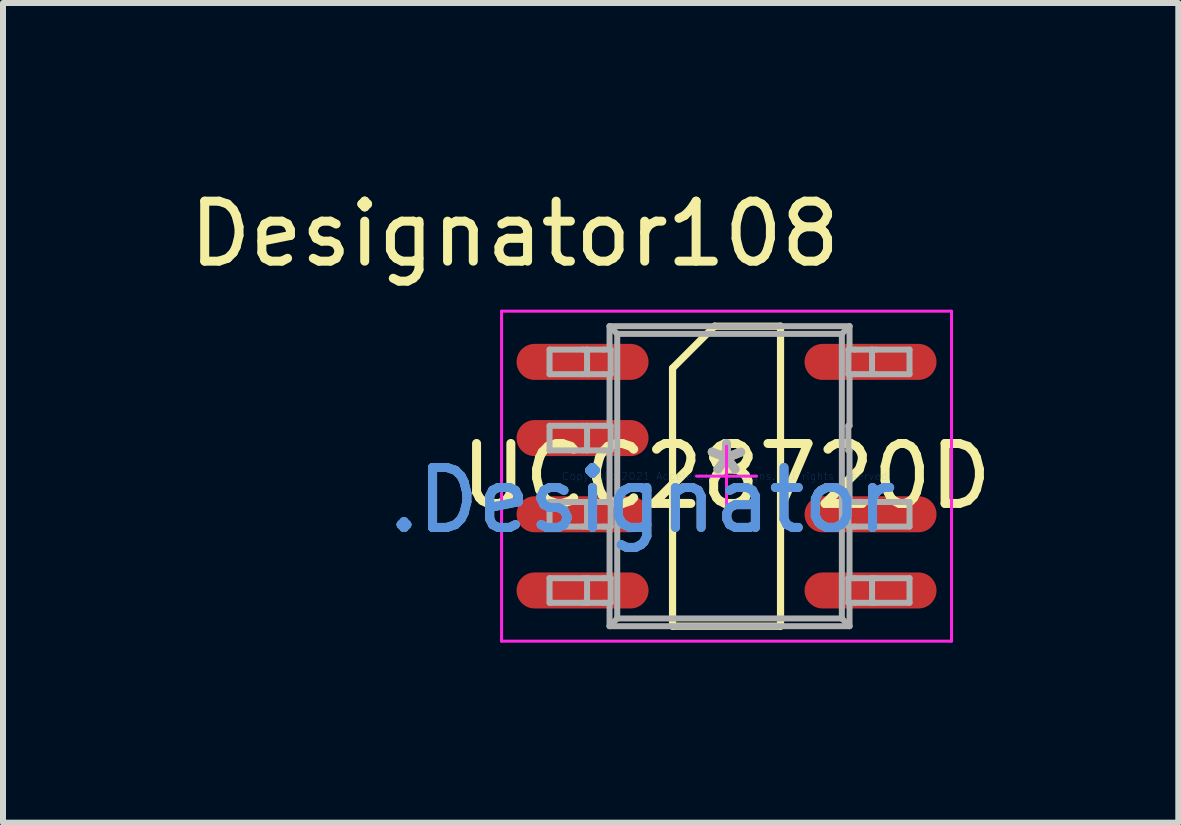
<source format=kicad_pcb>
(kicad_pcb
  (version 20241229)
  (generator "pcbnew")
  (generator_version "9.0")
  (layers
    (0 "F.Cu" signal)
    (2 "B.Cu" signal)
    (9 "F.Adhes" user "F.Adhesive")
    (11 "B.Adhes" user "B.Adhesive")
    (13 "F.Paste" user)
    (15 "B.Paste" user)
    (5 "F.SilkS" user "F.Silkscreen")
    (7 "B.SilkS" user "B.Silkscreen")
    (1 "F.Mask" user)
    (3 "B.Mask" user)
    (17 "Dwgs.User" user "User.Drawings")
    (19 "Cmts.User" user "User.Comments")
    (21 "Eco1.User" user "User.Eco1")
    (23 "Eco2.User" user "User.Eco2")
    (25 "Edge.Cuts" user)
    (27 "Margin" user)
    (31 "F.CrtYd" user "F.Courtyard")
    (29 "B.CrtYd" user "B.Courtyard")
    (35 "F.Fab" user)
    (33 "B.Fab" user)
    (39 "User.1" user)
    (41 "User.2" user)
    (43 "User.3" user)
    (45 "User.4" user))
  (footprint "UCC28720D"
    (layer "F.Cu")
    (at 9.06 4.887)
    (property "Reference" "UCC28720D" (at 0 0 0) (layer "F.SilkS") (effects (font (size 1 1) (thickness 0.15))))
    (attr through_hole)
    (fp_line (start -0.9 -1.8) (end -0.2 -2.5) (stroke (width 0.12) (type solid)) (layer "F.SilkS"))
    (fp_line (start -0.9 2.5) (end -0.9 -1.8) (stroke (width 0.12) (type solid)) (layer "F.SilkS"))
    (fp_line (start -0.9 2.5) (end 0.9 2.5) (stroke (width 0.12) (type solid)) (layer "F.SilkS"))
    (fp_line (start -0.2 -2.5) (end 0.9 -2.5) (stroke (width 0.12) (type solid)) (layer "F.SilkS"))
    (fp_line (start 0.9 2.5) (end 0.9 -2.5) (stroke (width 0.12) (type solid)) (layer "F.SilkS"))
    (fp_line (start -3.75 -2.75) (end 3.75 -2.75) (stroke (width 0.05) (type solid)) (layer "F.CrtYd"))
    (fp_line (start -3.75 2.75) (end -3.75 -2.75) (stroke (width 0.05) (type solid)) (layer "F.CrtYd"))
    (fp_line (start -3.75 2.75) (end 3.75 2.75) (stroke (width 0.05) (type solid)) (layer "F.CrtYd"))
    (fp_line (start -0.5 0) (end 0.5 0) (stroke (width 0.05) (type solid)) (layer "F.CrtYd"))
    (fp_line (start 0 0.5) (end 0 -0.5) (stroke (width 0.05) (type solid)) (layer "F.CrtYd"))
    (fp_line (start 3.75 2.75) (end 3.75 -2.75) (stroke (width 0.05) (type solid)) (layer "F.CrtYd"))
    (fp_line (start -2.95 -2.11) (end -2.39 -2.11) (stroke (width 0.1) (type solid)) (layer "F.Fab"))
    (fp_line (start -2.95 -1.7) (end -2.95 -2.11) (stroke (width 0.1) (type solid)) (layer "F.Fab"))
    (fp_line (start -2.95 -1.7) (end -2.39 -1.7) (stroke (width 0.1) (type solid)) (layer "F.Fab"))
    (fp_line (start -2.95 -0.84) (end -2.39 -0.84) (stroke (width 0.1) (type solid)) (layer "F.Fab"))
    (fp_line (start -2.95 -0.43) (end -2.95 -0.84) (stroke (width 0.1) (type solid)) (layer "F.Fab"))
    (fp_line (start -2.95 -0.43) (end -2.39 -0.43) (stroke (width 0.1) (type solid)) (layer "F.Fab"))
    (fp_line (start -2.95 0.43) (end -2.39 0.43) (stroke (width 0.1) (type solid)) (layer "F.Fab"))
    (fp_line (start -2.95 0.84) (end -2.95 0.43) (stroke (width 0.1) (type solid)) (layer "F.Fab"))
    (fp_line (start -2.95 0.84) (end -2.39 0.84) (stroke (width 0.1) (type solid)) (layer "F.Fab"))
    (fp_line (start -2.95 1.7) (end -2.39 1.7) (stroke (width 0.1) (type solid)) (layer "F.Fab"))
    (fp_line (start -2.95 2.11) (end -2.95 1.7) (stroke (width 0.1) (type solid)) (layer "F.Fab"))
    (fp_line (start -2.95 2.11) (end -2.39 2.11) (stroke (width 0.1) (type solid)) (layer "F.Fab"))
    (fp_line (start -2.39 -2.11) (end -2.325 -2.11) (stroke (width 0.1) (type solid)) (layer "F.Fab"))
    (fp_line (start -2.39 -1.7) (end -2.325 -1.7) (stroke (width 0.1) (type solid)) (layer "F.Fab"))
    (fp_line (start -2.39 -0.84) (end -2.325 -0.84) (stroke (width 0.1) (type solid)) (layer "F.Fab"))
    (fp_line (start -2.39 -0.43) (end -2.325 -0.43) (stroke (width 0.1) (type solid)) (layer "F.Fab"))
    (fp_line (start -2.39 0.43) (end -2.325 0.43) (stroke (width 0.1) (type solid)) (layer "F.Fab"))
    (fp_line (start -2.39 0.84) (end -2.325 0.84) (stroke (width 0.1) (type solid)) (layer "F.Fab"))
    (fp_line (start -2.39 1.7) (end -2.325 1.7) (stroke (width 0.1) (type solid)) (layer "F.Fab"))
    (fp_line (start -2.39 2.11) (end -2.325 2.11) (stroke (width 0.1) (type solid)) (layer "F.Fab"))
    (fp_line (start -2.325 -2.11) (end -2.045 -2.11) (stroke (width 0.1) (type solid)) (layer "F.Fab"))
    (fp_line (start -2.325 -1.7) (end -2.325 -2.11) (stroke (width 0.1) (type solid)) (layer "F.Fab"))
    (fp_line (start -2.325 -1.7) (end -2.045 -1.7) (stroke (width 0.1) (type solid)) (layer "F.Fab"))
    (fp_line (start -2.325 -0.84) (end -2.045 -0.84) (stroke (width 0.1) (type solid)) (layer "F.Fab"))
    (fp_line (start -2.325 -0.43) (end -2.325 -0.84) (stroke (width 0.1) (type solid)) (layer "F.Fab"))
    (fp_line (start -2.325 -0.43) (end -2.045 -0.43) (stroke (width 0.1) (type solid)) (layer "F.Fab"))
    (fp_line (start -2.325 0.43) (end -2.045 0.43) (stroke (width 0.1) (type solid)) (layer "F.Fab"))
    (fp_line (start -2.325 0.84) (end -2.325 0.43) (stroke (width 0.1) (type solid)) (layer "F.Fab"))
    (fp_line (start -2.325 0.84) (end -2.045 0.84) (stroke (width 0.1) (type solid)) (layer "F.Fab"))
    (fp_line (start -2.325 1.7) (end -2.045 1.7) (stroke (width 0.1) (type solid)) (layer "F.Fab"))
    (fp_line (start -2.325 2.11) (end -2.325 1.7) (stroke (width 0.1) (type solid)) (layer "F.Fab"))
    (fp_line (start -2.325 2.11) (end -2.045 2.11) (stroke (width 0.1) (type solid)) (layer "F.Fab"))
    (fp_line (start -2.045 -2.11) (end -1.931 -2.11) (stroke (width 0.1) (type solid)) (layer "F.Fab"))
    (fp_line (start -2.045 -1.7) (end -1.931 -1.7) (stroke (width 0.1) (type solid)) (layer "F.Fab"))
    (fp_line (start -2.045 -0.84) (end -1.931 -0.84) (stroke (width 0.1) (type solid)) (layer "F.Fab"))
    (fp_line (start -2.045 -0.43) (end -1.931 -0.43) (stroke (width 0.1) (type solid)) (layer "F.Fab"))
    (fp_line (start -2.045 0.43) (end -1.931 0.43) (stroke (width 0.1) (type solid)) (layer "F.Fab"))
    (fp_line (start -2.045 0.84) (end -1.931 0.84) (stroke (width 0.1) (type solid)) (layer "F.Fab"))
    (fp_line (start -2.045 1.7) (end -1.931 1.7) (stroke (width 0.1) (type solid)) (layer "F.Fab"))
    (fp_line (start -2.045 2.11) (end -1.931 2.11) (stroke (width 0.1) (type solid)) (layer "F.Fab"))
    (fp_line (start -1.95 -2.5) (end -1.822 -2.372) (stroke (width 0.1) (type solid)) (layer "F.Fab"))
    (fp_line (start -1.95 -2.5) (end 2.05 -2.5) (stroke (width 0.1) (type solid)) (layer "F.Fab"))
    (fp_line (start -1.95 -2.11) (end -1.95 -2.5) (stroke (width 0.1) (type solid)) (layer "F.Fab"))
    (fp_line (start -1.95 -0.84) (end -1.95 -1.7) (stroke (width 0.1) (type solid)) (layer "F.Fab"))
    (fp_line (start -1.95 0.43) (end -1.95 -0.43) (stroke (width 0.1) (type solid)) (layer "F.Fab"))
    (fp_line (start -1.95 1.7) (end -1.95 0.84) (stroke (width 0.1) (type solid)) (layer "F.Fab"))
    (fp_line (start -1.95 2.5) (end -1.95 2.11) (stroke (width 0.1) (type solid)) (layer "F.Fab"))
    (fp_line (start -1.95 2.5) (end -1.822 2.372) (stroke (width 0.1) (type solid)) (layer "F.Fab"))
    (fp_line (start -1.95 2.5) (end 2.05 2.5) (stroke (width 0.1) (type solid)) (layer "F.Fab"))
    (fp_line (start -1.931 -1.7) (end -1.931 -2.11) (stroke (width 0.1) (type solid)) (layer "F.Fab"))
    (fp_line (start -1.931 -0.43) (end -1.931 -0.84) (stroke (width 0.1) (type solid)) (layer "F.Fab"))
    (fp_line (start -1.931 0.84) (end -1.931 0.43) (stroke (width 0.1) (type solid)) (layer "F.Fab"))
    (fp_line (start -1.931 2.11) (end -1.931 1.7) (stroke (width 0.1) (type solid)) (layer "F.Fab"))
    (fp_line (start -1.822 -2.372) (end 1.922 -2.372) (stroke (width 0.1) (type solid)) (layer "F.Fab"))
    (fp_line (start -1.822 2.372) (end -1.822 -2.372) (stroke (width 0.1) (type solid)) (layer "F.Fab"))
    (fp_line (start -1.822 2.372) (end 1.922 2.372) (stroke (width 0.1) (type solid)) (layer "F.Fab"))
    (fp_line (start 1.922 -2.372) (end 2.05 -2.5) (stroke (width 0.1) (type solid)) (layer "F.Fab"))
    (fp_line (start 1.922 2.372) (end 1.922 -2.372) (stroke (width 0.1) (type solid)) (layer "F.Fab"))
    (fp_line (start 1.922 2.372) (end 2.05 2.5) (stroke (width 0.1) (type solid)) (layer "F.Fab"))
    (fp_line (start 2.03 -0.84) (end 2.05 -0.84) (stroke (width 0.1) (type solid)) (layer "F.Fab"))
    (fp_line (start 2.03 -0.43) (end 2.03 -0.84) (stroke (width 0.1) (type solid)) (layer "F.Fab"))
    (fp_line (start 2.03 -0.43) (end 2.05 -0.43) (stroke (width 0.1) (type solid)) (layer "F.Fab"))
    (fp_line (start 2.031 -2.11) (end 2.145 -2.11) (stroke (width 0.1) (type solid)) (layer "F.Fab"))
    (fp_line (start 2.031 -1.7) (end 2.031 -2.11) (stroke (width 0.1) (type solid)) (layer "F.Fab"))
    (fp_line (start 2.031 -1.7) (end 2.145 -1.7) (stroke (width 0.1) (type solid)) (layer "F.Fab"))
    (fp_line (start 2.031 0.43) (end 2.145 0.43) (stroke (width 0.1) (type solid)) (layer "F.Fab"))
    (fp_line (start 2.031 0.84) (end 2.031 0.43) (stroke (width 0.1) (type solid)) (layer "F.Fab"))
    (fp_line (start 2.031 0.84) (end 2.145 0.84) (stroke (width 0.1) (type solid)) (layer "F.Fab"))
    (fp_line (start 2.031 1.7) (end 2.145 1.7) (stroke (width 0.1) (type solid)) (layer "F.Fab"))
    (fp_line (start 2.031 2.11) (end 2.031 1.7) (stroke (width 0.1) (type solid)) (layer "F.Fab"))
    (fp_line (start 2.031 2.11) (end 2.145 2.11) (stroke (width 0.1) (type solid)) (layer "F.Fab"))
    (fp_line (start 2.05 -2.11) (end 2.05 -2.5) (stroke (width 0.1) (type solid)) (layer "F.Fab"))
    (fp_line (start 2.05 -0.84) (end 2.05 -1.7) (stroke (width 0.1) (type solid)) (layer "F.Fab"))
    (fp_line (start 2.05 0.43) (end 2.05 -0.43) (stroke (width 0.1) (type solid)) (layer "F.Fab"))
    (fp_line (start 2.05 1.7) (end 2.05 0.84) (stroke (width 0.1) (type solid)) (layer "F.Fab"))
    (fp_line (start 2.05 2.5) (end 2.05 2.11) (stroke (width 0.1) (type solid)) (layer "F.Fab"))
    (fp_line (start 2.145 -2.11) (end 2.425 -2.11) (stroke (width 0.1) (type solid)) (layer "F.Fab"))
    (fp_line (start 2.145 -1.7) (end 2.425 -1.7) (stroke (width 0.1) (type solid)) (layer "F.Fab"))
    (fp_line (start 2.145 0.43) (end 2.425 0.43) (stroke (width 0.1) (type solid)) (layer "F.Fab"))
    (fp_line (start 2.145 0.84) (end 2.425 0.84) (stroke (width 0.1) (type solid)) (layer "F.Fab"))
    (fp_line (start 2.145 1.7) (end 2.425 1.7) (stroke (width 0.1) (type solid)) (layer "F.Fab"))
    (fp_line (start 2.145 2.11) (end 2.425 2.11) (stroke (width 0.1) (type solid)) (layer "F.Fab"))
    (fp_line (start 2.425 -2.11) (end 2.49 -2.11) (stroke (width 0.1) (type solid)) (layer "F.Fab"))
    (fp_line (start 2.425 -1.7) (end 2.425 -2.11) (stroke (width 0.1) (type solid)) (layer "F.Fab"))
    (fp_line (start 2.425 -1.7) (end 2.49 -1.7) (stroke (width 0.1) (type solid)) (layer "F.Fab"))
    (fp_line (start 2.425 0.43) (end 2.49 0.43) (stroke (width 0.1) (type solid)) (layer "F.Fab"))
    (fp_line (start 2.425 0.84) (end 2.425 0.43) (stroke (width 0.1) (type solid)) (layer "F.Fab"))
    (fp_line (start 2.425 0.84) (end 2.49 0.84) (stroke (width 0.1) (type solid)) (layer "F.Fab"))
    (fp_line (start 2.425 1.7) (end 2.49 1.7) (stroke (width 0.1) (type solid)) (layer "F.Fab"))
    (fp_line (start 2.425 2.11) (end 2.425 1.7) (stroke (width 0.1) (type solid)) (layer "F.Fab"))
    (fp_line (start 2.425 2.11) (end 2.49 2.11) (stroke (width 0.1) (type solid)) (layer "F.Fab"))
    (fp_line (start 2.49 -2.11) (end 3.05 -2.11) (stroke (width 0.1) (type solid)) (layer "F.Fab"))
    (fp_line (start 2.49 -1.7) (end 3.05 -1.7) (stroke (width 0.1) (type solid)) (layer "F.Fab"))
    (fp_line (start 2.49 0.43) (end 3.05 0.43) (stroke (width 0.1) (type solid)) (layer "F.Fab"))
    (fp_line (start 2.49 0.84) (end 3.05 0.84) (stroke (width 0.1) (type solid)) (layer "F.Fab"))
    (fp_line (start 2.49 1.7) (end 3.05 1.7) (stroke (width 0.1) (type solid)) (layer "F.Fab"))
    (fp_line (start 2.49 2.11) (end 3.05 2.11) (stroke (width 0.1) (type solid)) (layer "F.Fab"))
    (fp_line (start 3.05 -1.7) (end 3.05 -2.11) (stroke (width 0.1) (type solid)) (layer "F.Fab"))
    (fp_line (start 3.05 0.84) (end 3.05 0.43) (stroke (width 0.1) (type solid)) (layer "F.Fab"))
    (fp_line (start 3.05 2.11) (end 3.05 1.7) (stroke (width 0.1) (type solid)) (layer "F.Fab"))
    (fp_text user "*" (at 0 0 0) (layer "F.SilkS") (effects (font (size 1 1) (thickness 0.15))))
    (fp_text user "Designator108" (at -3.531 -4.039 0) (layer "F.SilkS") (effects (font (size 1 1) (thickness 0.15))))
    (fp_text user "Copyright 2021 Accelerated Designs. All rights reserved." (at 0 0 0) (layer "Cmts.User") (effects (font (size 0.127 0.127) (thickness 0.002))))
    (fp_text user ".Designator" (at -1.4 0.4 0) (layer "Cmts.User") (effects (font (size 1 1) (thickness 0.15))))
    (fp_text user ".Designator" (at -1.4 0.4 0) (layer "F.Fab") (effects (font (size 1 1) (thickness 0.15))))
    (fp_text user "*" (at 0 0 0) (layer "F.Fab") (effects (font (size 1 1) (thickness 0.15))))
    (pad "1" smd oval (at -2.4 -1.905 90) (size 0.6 2.2) (layers "F.Cu" "F.Mask" "F.Paste"))
    (pad "2" smd oval (at -2.4 -0.635 90) (size 0.6 2.2) (layers "F.Cu" "F.Mask" "F.Paste"))
    (pad "3" smd oval (at -2.4 0.635 90) (size 0.6 2.2) (layers "F.Cu" "F.Mask" "F.Paste"))
    (pad "4" smd oval (at -2.4 1.905 90) (size 0.6 2.2) (layers "F.Cu" "F.Mask" "F.Paste"))
    (pad "5" smd oval (at 2.4 1.905 90) (size 0.6 2.2) (layers "F.Cu" "F.Mask" "F.Paste"))
    (pad "6" smd oval (at 2.4 0.635 90) (size 0.6 2.2) (layers "F.Cu" "F.Mask" "F.Paste"))
    (pad "8" smd oval (at 2.4 -1.905 90) (size 0.6 2.2) (layers "F.Cu" "F.Mask" "F.Paste")))
  (gr_rect
    (start -3 -3)
    (end 16.59 10.662)
    (stroke (width 0.1) (type default))
    (fill no)
    (layer "Edge.Cuts")))
</source>
